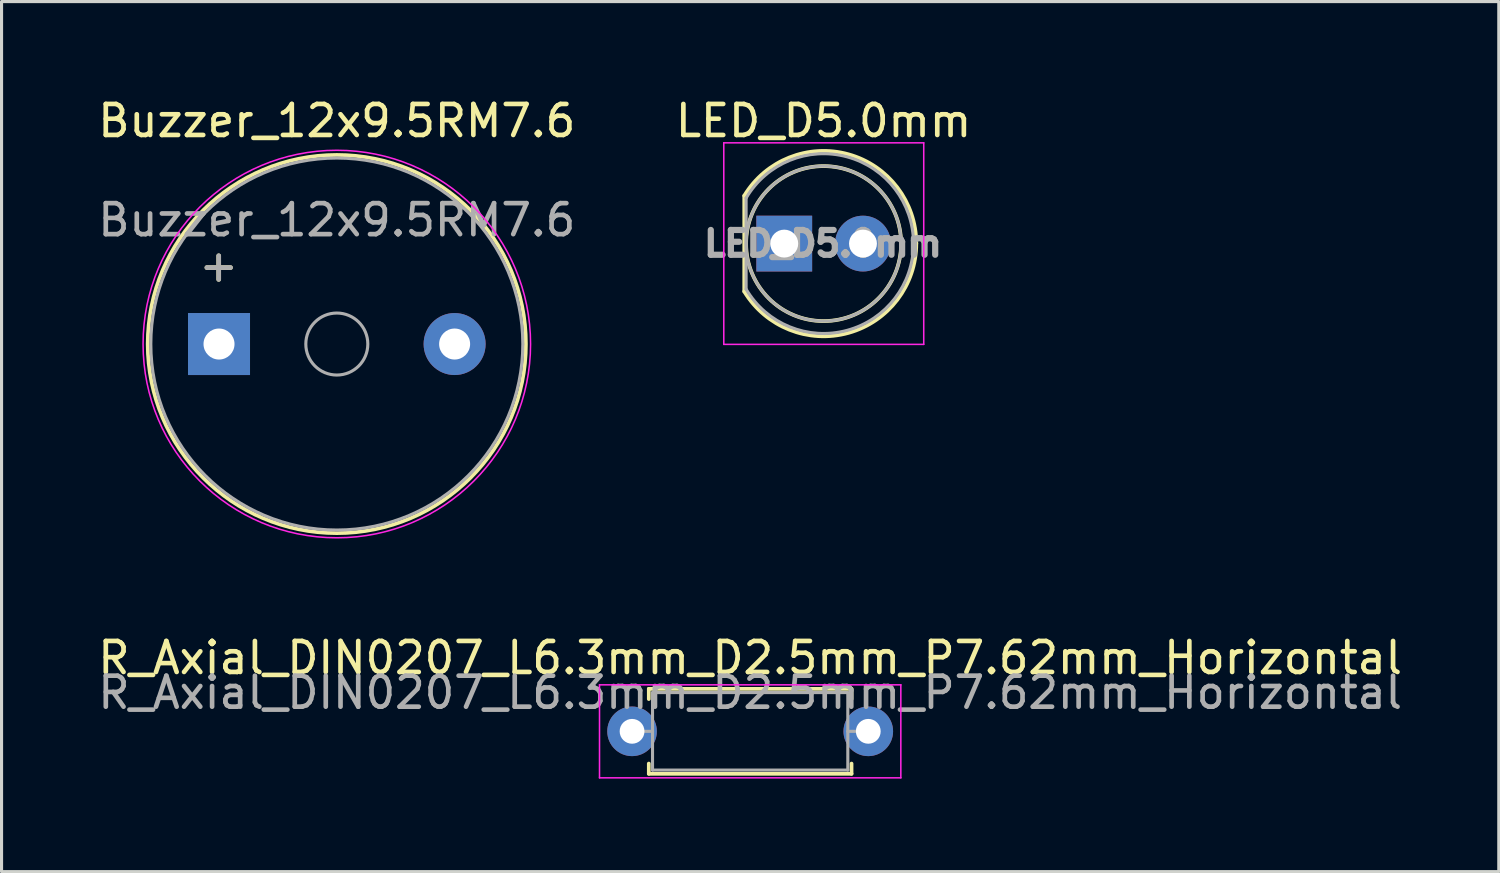
<source format=kicad_pcb>
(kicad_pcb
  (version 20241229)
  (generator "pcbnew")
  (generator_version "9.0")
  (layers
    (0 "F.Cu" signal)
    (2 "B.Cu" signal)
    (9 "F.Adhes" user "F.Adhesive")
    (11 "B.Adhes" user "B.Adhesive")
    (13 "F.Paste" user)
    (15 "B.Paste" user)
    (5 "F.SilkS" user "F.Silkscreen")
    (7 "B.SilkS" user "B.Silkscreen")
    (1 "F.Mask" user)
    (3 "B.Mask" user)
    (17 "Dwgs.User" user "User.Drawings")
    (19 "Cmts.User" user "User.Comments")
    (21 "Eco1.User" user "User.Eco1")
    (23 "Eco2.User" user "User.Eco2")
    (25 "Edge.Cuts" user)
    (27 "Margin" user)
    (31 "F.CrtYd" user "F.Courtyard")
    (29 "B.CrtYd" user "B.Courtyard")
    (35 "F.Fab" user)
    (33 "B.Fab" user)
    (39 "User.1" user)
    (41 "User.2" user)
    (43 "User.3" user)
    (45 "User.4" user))
  (footprint "R_Axial_DIN0207_L6.3mm_D2.5mm_P7.62mm_Horizontal"
    (layer "F.Cu")
    (at 17.339 20.541)
    (property "Reference" "R_Axial_DIN0207_L6.3mm_D2.5mm_P7.62mm_Horizontal" (at 3.81 -2.37 180) (layer "F.SilkS") (effects (font (size 1 1) (thickness 0.15))))
    (attr through_hole)
    (fp_line (start 0.54 -1.37) (end 7.08 -1.37) (stroke (width 0.12) (type solid)) (layer "F.SilkS"))
    (fp_line (start 0.54 -1.04) (end 0.54 -1.37) (stroke (width 0.12) (type solid)) (layer "F.SilkS"))
    (fp_line (start 0.54 1.04) (end 0.54 1.37) (stroke (width 0.12) (type solid)) (layer "F.SilkS"))
    (fp_line (start 0.54 1.37) (end 7.08 1.37) (stroke (width 0.12) (type solid)) (layer "F.SilkS"))
    (fp_line (start 7.08 -1.37) (end 7.08 -1.04) (stroke (width 0.12) (type solid)) (layer "F.SilkS"))
    (fp_line (start 7.08 1.37) (end 7.08 1.04) (stroke (width 0.12) (type solid)) (layer "F.SilkS"))
    (fp_line (start -1.05 -1.5) (end -1.05 1.5) (stroke (width 0.05) (type solid)) (layer "F.CrtYd"))
    (fp_line (start -1.05 1.5) (end 8.67 1.5) (stroke (width 0.05) (type solid)) (layer "F.CrtYd"))
    (fp_line (start 8.67 -1.5) (end -1.05 -1.5) (stroke (width 0.05) (type solid)) (layer "F.CrtYd"))
    (fp_line (start 8.67 1.5) (end 8.67 -1.5) (stroke (width 0.05) (type solid)) (layer "F.CrtYd"))
    (fp_line (start 0 0) (end 0.66 0) (stroke (width 0.1) (type solid)) (layer "F.Fab"))
    (fp_line (start 0.66 -1.25) (end 0.66 1.25) (stroke (width 0.1) (type solid)) (layer "F.Fab"))
    (fp_line (start 0.66 1.25) (end 6.96 1.25) (stroke (width 0.1) (type solid)) (layer "F.Fab"))
    (fp_line (start 6.96 -1.25) (end 0.66 -1.25) (stroke (width 0.1) (type solid)) (layer "F.Fab"))
    (fp_line (start 6.96 1.25) (end 6.96 -1.25) (stroke (width 0.1) (type solid)) (layer "F.Fab"))
    (fp_line (start 7.62 0) (end 6.96 0) (stroke (width 0.1) (type solid)) (layer "F.Fab"))
    (fp_text user "${REFERENCE}" (at 3.81 -1.25 180) (layer "F.Fab") (effects (font (size 1 1) (thickness 0.15))))
    (pad "1" thru_hole circle (at 0 0) (size 1.6 1.6) (drill 0.8) (layers "*.Cu" "*.Mask"))
    (pad "2" thru_hole oval (at 7.62 0) (size 1.6 1.6) (drill 0.8) (layers "*.Cu" "*.Mask")))
  (footprint "Buzzer_12x9.5RM7.6"
    (layer "F.Cu")
    (at 4.015 8.048)
    (property "Reference" "Buzzer_12x9.5RM7.6" (at 3.8 -7.2 0) (layer "F.SilkS") (effects (font (size 1 1) (thickness 0.15))))
    (attr through_hole)
    (fp_circle (center 3.8 0) (end 9.9 0) (stroke (width 0.12) (type solid)) (fill no) (layer "F.SilkS"))
    (fp_circle (center 3.8 0) (end 10.05 0) (stroke (width 0.05) (type solid)) (fill no) (layer "F.CrtYd"))
    (fp_circle (center 3.8 0) (end 4.8 0) (stroke (width 0.1) (type solid)) (fill no) (layer "F.Fab"))
    (fp_circle (center 3.8 0) (end 9.8 0) (stroke (width 0.1) (type solid)) (fill no) (layer "F.Fab"))
    (fp_text user "+" (at -0.01 -2.54 0) (layer "F.SilkS") (effects (font (size 1 1) (thickness 0.15))))
    (fp_text user "+" (at -0.01 -2.54 0) (layer "F.Fab") (effects (font (size 1 1) (thickness 0.15))))
    (fp_text user "${REFERENCE}" (at 3.8 -4 0) (layer "F.Fab") (effects (font (size 1 1) (thickness 0.15))))
    (pad "1" thru_hole rect (at 0 0) (size 2 2) (drill 1) (layers "*.Cu" "*.Mask"))
    (pad "2" thru_hole circle (at 7.6 0) (size 2 2) (drill 1) (layers "*.Cu" "*.Mask")))
  (footprint "LED_D5.0mm"
    (layer "F.Cu")
    (at 22.248 4.808)
    (property "Reference" "LED_D5.0mm" (at 1.27 -3.96 180) (layer "F.SilkS") (effects (font (size 1 1) (thickness 0.15))))
    (attr through_hole)
    (fp_line (start -1.29 -1.545) (end -1.29 1.545) (stroke (width 0.12) (type solid)) (layer "F.SilkS"))
    (fp_arc (start -1.29 -1.54483) (mid 2.072002 -2.880433) (end 4.26 0.000462) (stroke (width 0.12) (type solid)) (layer "F.SilkS"))
    (fp_arc (start 4.26 -0.000462) (mid 2.072002 2.880433) (end -1.29 1.54483) (stroke (width 0.12) (type solid)) (layer "F.SilkS"))
    (fp_circle (center 1.27 0) (end 3.77 0) (stroke (width 0.12) (type solid)) (fill no) (layer "F.SilkS"))
    (fp_line (start -1.95 -3.25) (end -1.95 3.25) (stroke (width 0.05) (type solid)) (layer "F.CrtYd"))
    (fp_line (start -1.95 3.25) (end 4.5 3.25) (stroke (width 0.05) (type solid)) (layer "F.CrtYd"))
    (fp_line (start 4.5 -3.25) (end -1.95 -3.25) (stroke (width 0.05) (type solid)) (layer "F.CrtYd"))
    (fp_line (start 4.5 3.25) (end 4.5 -3.25) (stroke (width 0.05) (type solid)) (layer "F.CrtYd"))
    (fp_line (start -1.23 -1.47) (end -1.23 1.47) (stroke (width 0.1) (type solid)) (layer "F.Fab"))
    (fp_arc (start -1.23 -1.469694) (mid 4.17 0.000016) (end -1.230016 1.469666) (stroke (width 0.1) (type solid)) (layer "F.Fab"))
    (fp_circle (center 1.27 0) (end 3.77 0) (stroke (width 0.1) (type solid)) (fill no) (layer "F.Fab"))
    (fp_text user "${REFERENCE}" (at 1.25 0 180) (layer "F.Fab") (effects (font (size 0.8 0.8) (thickness 0.2))))
    (pad "1" thru_hole rect (at 0 0) (size 1.8 1.8) (drill 0.9) (layers "*.Cu" "*.Mask"))
    (pad "2" thru_hole circle (at 2.54 0) (size 1.8 1.8) (drill 0.9) (layers "*.Cu" "*.Mask")))
  (gr_rect
    (start -3 -3)
    (end 45.298 25.067)
    (stroke (width 0.1) (type default))
    (fill no)
    (layer "Edge.Cuts")))
</source>
